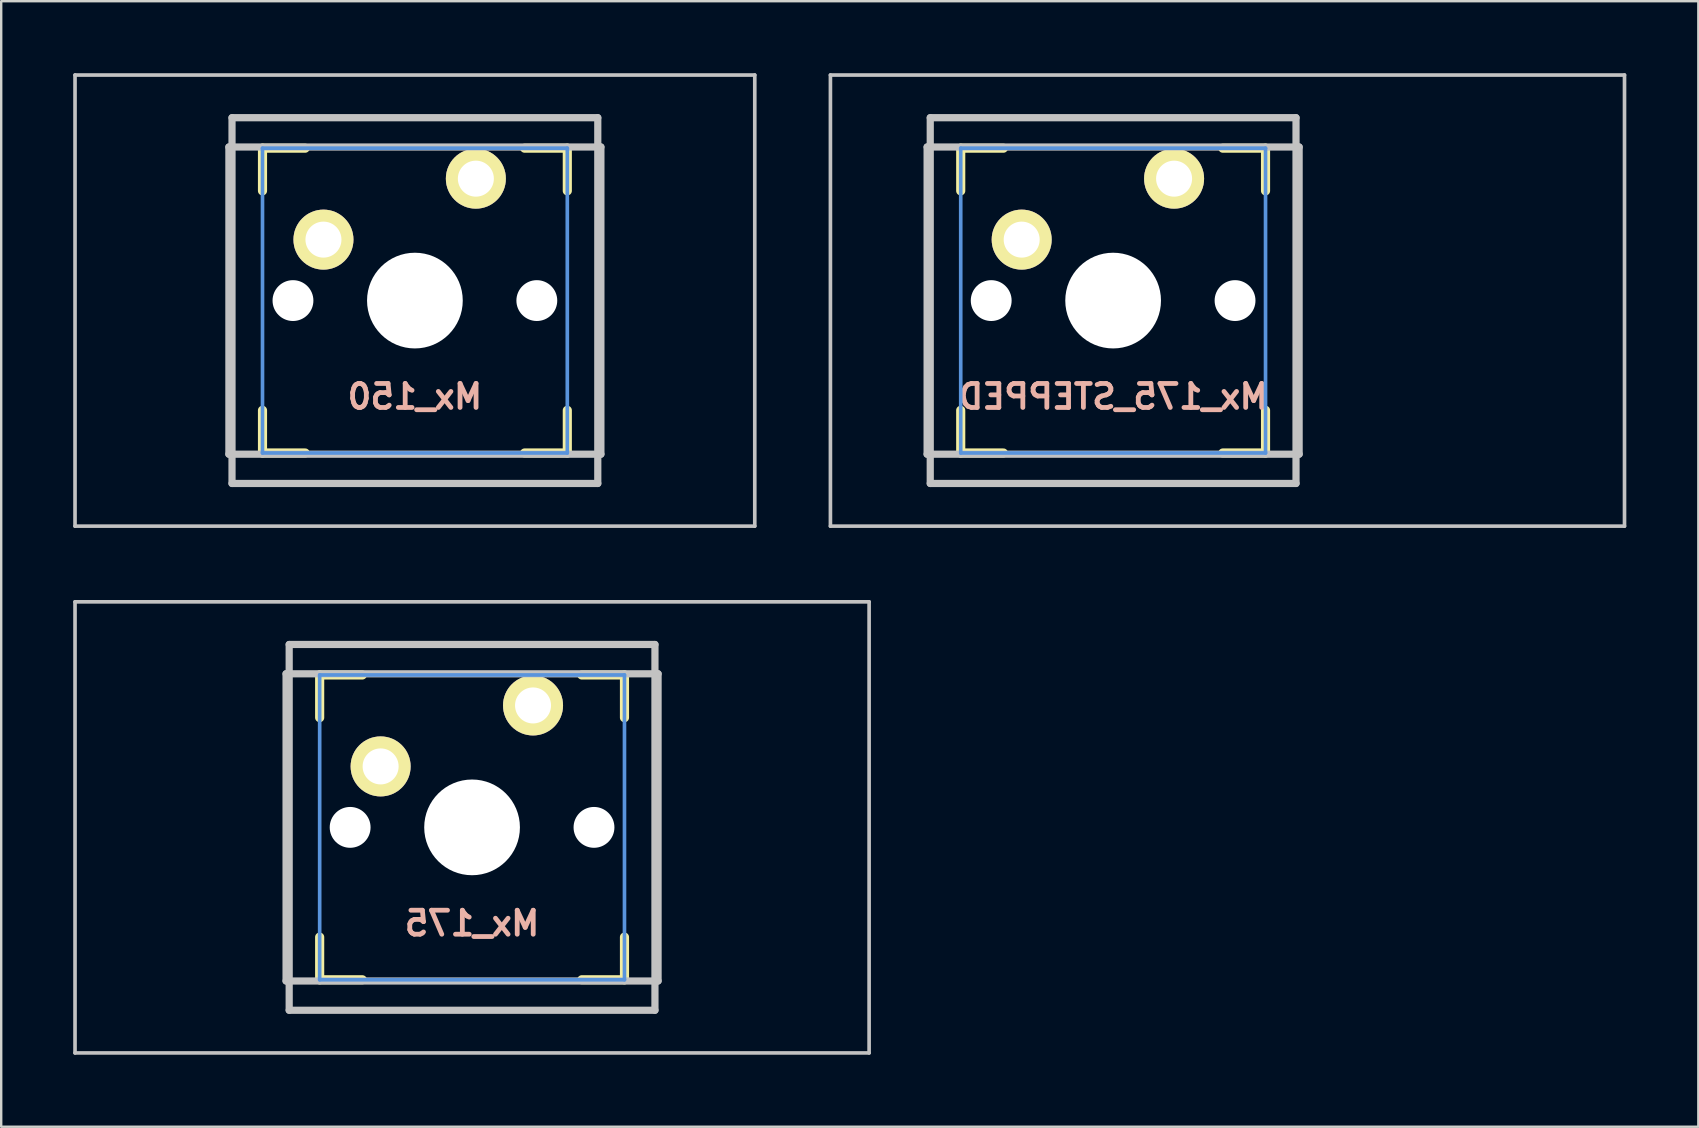
<source format=kicad_pcb>
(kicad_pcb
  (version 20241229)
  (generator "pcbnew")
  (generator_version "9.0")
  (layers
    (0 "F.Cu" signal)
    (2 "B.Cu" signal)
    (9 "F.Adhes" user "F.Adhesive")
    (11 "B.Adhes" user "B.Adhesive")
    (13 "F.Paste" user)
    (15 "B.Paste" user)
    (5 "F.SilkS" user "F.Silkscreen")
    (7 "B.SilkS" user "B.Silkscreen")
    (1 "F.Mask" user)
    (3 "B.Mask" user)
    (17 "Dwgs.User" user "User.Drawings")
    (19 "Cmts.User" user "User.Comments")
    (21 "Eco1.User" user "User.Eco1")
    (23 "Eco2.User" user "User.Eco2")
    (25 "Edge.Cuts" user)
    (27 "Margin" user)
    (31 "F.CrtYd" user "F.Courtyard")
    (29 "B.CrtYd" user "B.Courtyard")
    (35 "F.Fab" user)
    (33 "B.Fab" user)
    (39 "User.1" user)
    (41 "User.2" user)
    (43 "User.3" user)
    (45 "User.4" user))
  (footprint "Mx_175"
    (layer "F.Cu")
    (at 16.619 31.423)
    (property "Reference" "Mx_175" (at 0 4 0) (layer "B.SilkS") (effects (font (size 1 1) (thickness 0.2)) (justify mirror)))
    (attr through_hole)
    (fp_line (start -6.35 -6.35) (end -4.572 -6.35) (stroke (width 0.381) (type solid)) (layer "F.SilkS"))
    (fp_line (start -6.35 -4.572) (end -6.35 -6.35) (stroke (width 0.381) (type solid)) (layer "F.SilkS"))
    (fp_line (start -6.35 6.35) (end -6.35 4.572) (stroke (width 0.381) (type solid)) (layer "F.SilkS"))
    (fp_line (start -4.572 6.35) (end -6.35 6.35) (stroke (width 0.381) (type solid)) (layer "F.SilkS"))
    (fp_line (start 4.572 -6.35) (end 6.35 -6.35) (stroke (width 0.381) (type solid)) (layer "F.SilkS"))
    (fp_line (start 6.35 -6.35) (end 6.35 -4.572) (stroke (width 0.381) (type solid)) (layer "F.SilkS"))
    (fp_line (start 6.35 4.572) (end 6.35 6.35) (stroke (width 0.381) (type solid)) (layer "F.SilkS"))
    (fp_line (start 6.35 6.35) (end 4.572 6.35) (stroke (width 0.381) (type solid)) (layer "F.SilkS"))
    (fp_line (start -16.543 -9.398) (end 16.543 -9.398) (stroke (width 0.152) (type solid)) (layer "Dwgs.User"))
    (fp_line (start -16.543 9.398) (end -16.543 -9.398) (stroke (width 0.152) (type solid)) (layer "Dwgs.User"))
    (fp_line (start -7.75 6.4) (end -7.75 -6.4) (stroke (width 0.3) (type solid)) (layer "Dwgs.User"))
    (fp_line (start -7.75 6.4) (end 7.75 6.4) (stroke (width 0.3) (type solid)) (layer "Dwgs.User"))
    (fp_line (start -7.62 -7.62) (end 7.62 -7.62) (stroke (width 0.3) (type solid)) (layer "Dwgs.User"))
    (fp_line (start -7.62 7.62) (end -7.62 -7.62) (stroke (width 0.3) (type solid)) (layer "Dwgs.User"))
    (fp_line (start 7.62 -7.62) (end 7.62 7.62) (stroke (width 0.3) (type solid)) (layer "Dwgs.User"))
    (fp_line (start 7.62 7.62) (end -7.62 7.62) (stroke (width 0.3) (type solid)) (layer "Dwgs.User"))
    (fp_line (start 7.75 -6.4) (end -7.75 -6.4) (stroke (width 0.3) (type solid)) (layer "Dwgs.User"))
    (fp_line (start 7.75 6.4) (end 7.75 -6.4) (stroke (width 0.3) (type solid)) (layer "Dwgs.User"))
    (fp_line (start 16.543 -9.398) (end 16.543 9.398) (stroke (width 0.152) (type solid)) (layer "Dwgs.User"))
    (fp_line (start 16.543 9.398) (end -16.543 9.398) (stroke (width 0.152) (type solid)) (layer "Dwgs.User"))
    (fp_line (start -6.35 -6.35) (end 6.35 -6.35) (stroke (width 0.152) (type solid)) (layer "Cmts.User"))
    (fp_line (start -6.35 6.35) (end -6.35 -6.35) (stroke (width 0.152) (type solid)) (layer "Cmts.User"))
    (fp_line (start 6.35 -6.35) (end 6.35 6.35) (stroke (width 0.152) (type solid)) (layer "Cmts.User"))
    (fp_line (start 6.35 6.35) (end -6.35 6.35) (stroke (width 0.152) (type solid)) (layer "Cmts.User"))
    (fp_line (start -6.985 -6.985) (end 6.985 -6.985) (stroke (width 0.152) (type solid)) (layer "Eco2.User"))
    (fp_line (start -6.985 6.985) (end -6.985 -6.985) (stroke (width 0.152) (type solid)) (layer "Eco2.User"))
    (fp_line (start 6.985 -6.985) (end 6.985 6.985) (stroke (width 0.152) (type solid)) (layer "Eco2.User"))
    (fp_line (start 6.985 6.985) (end -6.985 6.985) (stroke (width 0.152) (type solid)) (layer "Eco2.User"))
    (pad "" np_thru_hole circle (at -5.08 0) (size 1.702 1.702) (drill 1.702) (layers "*.Cu"))
    (pad "" np_thru_hole circle (at 0 0) (size 3.988 3.988) (drill 3.988) (layers "*.Cu"))
    (pad "" np_thru_hole circle (at 5.08 0) (size 1.702 1.702) (drill 1.702) (layers "*.Cu"))
    (pad "1" thru_hole circle (at -3.81 -2.54 330.95) (size 2.5 2.5) (drill 1.5) (layers "*.Cu" "*.Mask" "F.SilkS"))
    (pad "2" thru_hole circle (at 2.54 -5.08 356.1) (size 2.5 2.5) (drill 1.5) (layers "*.Cu" "*.Mask" "F.SilkS")))
  (footprint "Mx_150"
    (layer "F.Cu")
    (at 14.237 9.474)
    (property "Reference" "Mx_150" (at 0 4 0) (layer "B.SilkS") (effects (font (size 1 1) (thickness 0.2)) (justify mirror)))
    (attr through_hole)
    (fp_line (start -6.35 -6.35) (end -4.572 -6.35) (stroke (width 0.381) (type solid)) (layer "F.SilkS"))
    (fp_line (start -6.35 -4.572) (end -6.35 -6.35) (stroke (width 0.381) (type solid)) (layer "F.SilkS"))
    (fp_line (start -6.35 6.35) (end -6.35 4.572) (stroke (width 0.381) (type solid)) (layer "F.SilkS"))
    (fp_line (start -4.572 6.35) (end -6.35 6.35) (stroke (width 0.381) (type solid)) (layer "F.SilkS"))
    (fp_line (start 4.572 -6.35) (end 6.35 -6.35) (stroke (width 0.381) (type solid)) (layer "F.SilkS"))
    (fp_line (start 6.35 -6.35) (end 6.35 -4.572) (stroke (width 0.381) (type solid)) (layer "F.SilkS"))
    (fp_line (start 6.35 4.572) (end 6.35 6.35) (stroke (width 0.381) (type solid)) (layer "F.SilkS"))
    (fp_line (start 6.35 6.35) (end 4.572 6.35) (stroke (width 0.381) (type solid)) (layer "F.SilkS"))
    (fp_line (start -14.161 -9.398) (end 14.161 -9.398) (stroke (width 0.152) (type solid)) (layer "Dwgs.User"))
    (fp_line (start -14.161 9.398) (end -14.161 -9.398) (stroke (width 0.152) (type solid)) (layer "Dwgs.User"))
    (fp_line (start -7.75 6.4) (end -7.75 -6.4) (stroke (width 0.3) (type solid)) (layer "Dwgs.User"))
    (fp_line (start -7.75 6.4) (end 7.75 6.4) (stroke (width 0.3) (type solid)) (layer "Dwgs.User"))
    (fp_line (start -7.62 -7.62) (end 7.62 -7.62) (stroke (width 0.3) (type solid)) (layer "Dwgs.User"))
    (fp_line (start -7.62 7.62) (end -7.62 -7.62) (stroke (width 0.3) (type solid)) (layer "Dwgs.User"))
    (fp_line (start 7.62 -7.62) (end 7.62 7.62) (stroke (width 0.3) (type solid)) (layer "Dwgs.User"))
    (fp_line (start 7.62 7.62) (end -7.62 7.62) (stroke (width 0.3) (type solid)) (layer "Dwgs.User"))
    (fp_line (start 7.75 -6.4) (end -7.75 -6.4) (stroke (width 0.3) (type solid)) (layer "Dwgs.User"))
    (fp_line (start 7.75 6.4) (end 7.75 -6.4) (stroke (width 0.3) (type solid)) (layer "Dwgs.User"))
    (fp_line (start 14.161 -9.398) (end 14.161 9.398) (stroke (width 0.152) (type solid)) (layer "Dwgs.User"))
    (fp_line (start 14.161 9.398) (end -14.161 9.398) (stroke (width 0.152) (type solid)) (layer "Dwgs.User"))
    (fp_line (start -6.35 -6.35) (end 6.35 -6.35) (stroke (width 0.152) (type solid)) (layer "Cmts.User"))
    (fp_line (start -6.35 6.35) (end -6.35 -6.35) (stroke (width 0.152) (type solid)) (layer "Cmts.User"))
    (fp_line (start 6.35 -6.35) (end 6.35 6.35) (stroke (width 0.152) (type solid)) (layer "Cmts.User"))
    (fp_line (start 6.35 6.35) (end -6.35 6.35) (stroke (width 0.152) (type solid)) (layer "Cmts.User"))
    (fp_line (start -6.985 -6.985) (end 6.985 -6.985) (stroke (width 0.152) (type solid)) (layer "Eco2.User"))
    (fp_line (start -6.985 6.985) (end -6.985 -6.985) (stroke (width 0.152) (type solid)) (layer "Eco2.User"))
    (fp_line (start 6.985 -6.985) (end 6.985 6.985) (stroke (width 0.152) (type solid)) (layer "Eco2.User"))
    (fp_line (start 6.985 6.985) (end -6.985 6.985) (stroke (width 0.152) (type solid)) (layer "Eco2.User"))
    (pad "" np_thru_hole circle (at -5.08 0) (size 1.702 1.702) (drill 1.702) (layers "*.Cu"))
    (pad "" np_thru_hole circle (at 0 0) (size 3.988 3.988) (drill 3.988) (layers "*.Cu"))
    (pad "" np_thru_hole circle (at 5.08 0) (size 1.702 1.702) (drill 1.702) (layers "*.Cu"))
    (pad "1" thru_hole circle (at -3.81 -2.54 330.95) (size 2.5 2.5) (drill 1.5) (layers "*.Cu" "*.Mask" "F.SilkS"))
    (pad "2" thru_hole circle (at 2.54 -5.08 356.1) (size 2.5 2.5) (drill 1.5) (layers "*.Cu" "*.Mask" "F.SilkS")))
  (footprint "Mx_175_STEPPED"
    (layer "F.Cu")
    (at 43.329 9.474)
    (property "Reference" "Mx_175_STEPPED" (at 0 4 0) (layer "B.SilkS") (effects (font (size 1 1) (thickness 0.2)) (justify mirror)))
    (attr through_hole)
    (fp_line (start -6.35 -6.35) (end -4.572 -6.35) (stroke (width 0.381) (type solid)) (layer "F.SilkS"))
    (fp_line (start -6.35 -4.572) (end -6.35 -6.35) (stroke (width 0.381) (type solid)) (layer "F.SilkS"))
    (fp_line (start -6.35 6.35) (end -6.35 4.572) (stroke (width 0.381) (type solid)) (layer "F.SilkS"))
    (fp_line (start -4.572 6.35) (end -6.35 6.35) (stroke (width 0.381) (type solid)) (layer "F.SilkS"))
    (fp_line (start 4.572 -6.35) (end 6.35 -6.35) (stroke (width 0.381) (type solid)) (layer "F.SilkS"))
    (fp_line (start 6.35 -6.35) (end 6.35 -4.572) (stroke (width 0.381) (type solid)) (layer "F.SilkS"))
    (fp_line (start 6.35 4.572) (end 6.35 6.35) (stroke (width 0.381) (type solid)) (layer "F.SilkS"))
    (fp_line (start 6.35 6.35) (end 4.572 6.35) (stroke (width 0.381) (type solid)) (layer "F.SilkS"))
    (fp_line (start -11.779 -9.398) (end 21.307 -9.398) (stroke (width 0.152) (type solid)) (layer "Dwgs.User"))
    (fp_line (start -11.779 9.398) (end -11.779 -9.398) (stroke (width 0.152) (type solid)) (layer "Dwgs.User"))
    (fp_line (start -7.75 6.4) (end -7.75 -6.4) (stroke (width 0.3) (type solid)) (layer "Dwgs.User"))
    (fp_line (start -7.75 6.4) (end 7.75 6.4) (stroke (width 0.3) (type solid)) (layer "Dwgs.User"))
    (fp_line (start -7.62 -7.62) (end 7.62 -7.62) (stroke (width 0.3) (type solid)) (layer "Dwgs.User"))
    (fp_line (start -7.62 7.62) (end -7.62 -7.62) (stroke (width 0.3) (type solid)) (layer "Dwgs.User"))
    (fp_line (start 7.62 -7.62) (end 7.62 7.62) (stroke (width 0.3) (type solid)) (layer "Dwgs.User"))
    (fp_line (start 7.62 7.62) (end -7.62 7.62) (stroke (width 0.3) (type solid)) (layer "Dwgs.User"))
    (fp_line (start 7.75 -6.4) (end -7.75 -6.4) (stroke (width 0.3) (type solid)) (layer "Dwgs.User"))
    (fp_line (start 7.75 6.4) (end 7.75 -6.4) (stroke (width 0.3) (type solid)) (layer "Dwgs.User"))
    (fp_line (start 21.307 -9.398) (end 21.307 9.398) (stroke (width 0.152) (type solid)) (layer "Dwgs.User"))
    (fp_line (start 21.307 9.398) (end -11.779 9.398) (stroke (width 0.152) (type solid)) (layer "Dwgs.User"))
    (fp_line (start -6.35 -6.35) (end 6.35 -6.35) (stroke (width 0.152) (type solid)) (layer "Cmts.User"))
    (fp_line (start -6.35 6.35) (end -6.35 -6.35) (stroke (width 0.152) (type solid)) (layer "Cmts.User"))
    (fp_line (start 6.35 -6.35) (end 6.35 6.35) (stroke (width 0.152) (type solid)) (layer "Cmts.User"))
    (fp_line (start 6.35 6.35) (end -6.35 6.35) (stroke (width 0.152) (type solid)) (layer "Cmts.User"))
    (fp_line (start -6.985 -6.985) (end 6.985 -6.985) (stroke (width 0.152) (type solid)) (layer "Eco2.User"))
    (fp_line (start -6.985 6.985) (end -6.985 -6.985) (stroke (width 0.152) (type solid)) (layer "Eco2.User"))
    (fp_line (start 6.985 -6.985) (end 6.985 6.985) (stroke (width 0.152) (type solid)) (layer "Eco2.User"))
    (fp_line (start 6.985 6.985) (end -6.985 6.985) (stroke (width 0.152) (type solid)) (layer "Eco2.User"))
    (pad "" np_thru_hole circle (at -5.08 0) (size 1.702 1.702) (drill 1.702) (layers "*.Cu"))
    (pad "" np_thru_hole circle (at 0 0) (size 3.988 3.988) (drill 3.988) (layers "*.Cu"))
    (pad "" np_thru_hole circle (at 5.08 0) (size 1.702 1.702) (drill 1.702) (layers "*.Cu"))
    (pad "1" thru_hole circle (at -3.81 -2.54 330.95) (size 2.5 2.5) (drill 1.5) (layers "*.Cu" "*.Mask" "F.SilkS"))
    (pad "2" thru_hole circle (at 2.54 -5.08 356.1) (size 2.5 2.5) (drill 1.5) (layers "*.Cu" "*.Mask" "F.SilkS")))
  (gr_rect
    (start -3 -3)
    (end 67.712 43.897)
    (stroke (width 0.1) (type default))
    (fill no)
    (layer "Edge.Cuts")))
</source>
